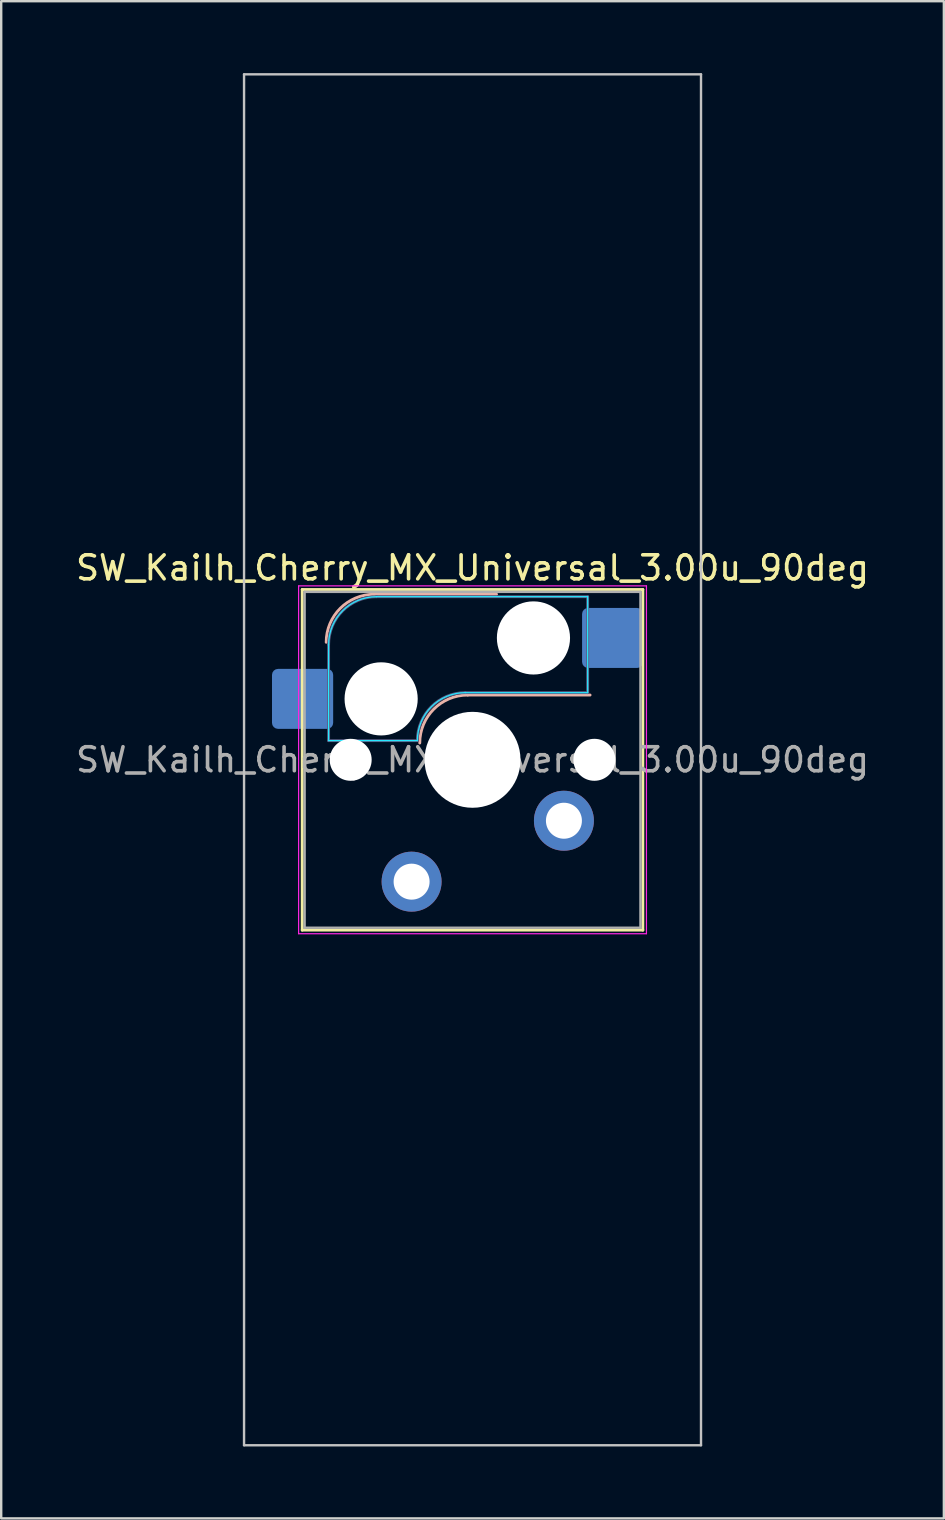
<source format=kicad_pcb>
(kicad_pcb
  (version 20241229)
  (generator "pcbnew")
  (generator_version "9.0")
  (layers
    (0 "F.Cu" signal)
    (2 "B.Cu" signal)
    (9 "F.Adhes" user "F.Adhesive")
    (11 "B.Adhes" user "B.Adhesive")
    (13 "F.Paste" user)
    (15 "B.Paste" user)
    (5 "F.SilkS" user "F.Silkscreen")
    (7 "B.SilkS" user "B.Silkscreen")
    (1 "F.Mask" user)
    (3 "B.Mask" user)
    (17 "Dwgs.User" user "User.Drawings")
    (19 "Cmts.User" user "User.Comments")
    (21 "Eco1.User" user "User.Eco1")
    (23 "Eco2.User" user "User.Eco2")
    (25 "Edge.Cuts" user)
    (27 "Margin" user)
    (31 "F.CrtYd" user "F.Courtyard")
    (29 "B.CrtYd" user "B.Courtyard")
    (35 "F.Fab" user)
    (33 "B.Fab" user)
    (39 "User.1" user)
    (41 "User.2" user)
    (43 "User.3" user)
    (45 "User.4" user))
  (footprint "SW_Kailh_Cherry_MX_Universal_3.00u_90deg"
    (layer "F.Cu")
    (at 16.649 28.625)
    (property "Reference" "SW_Kailh_Cherry_MX_Universal_3.00u_90deg" (at 0 -8 0) (layer "F.SilkS") (effects (font (size 1 1) (thickness 0.15))))
    (attr through_hole)
    (fp_line (start -7.1 -7.1) (end -7.1 7.1) (stroke (width 0.12) (type solid)) (layer "F.SilkS"))
    (fp_line (start -7.1 7.1) (end 7.1 7.1) (stroke (width 0.12) (type solid)) (layer "F.SilkS"))
    (fp_line (start 7.1 -7.1) (end -7.1 -7.1) (stroke (width 0.12) (type solid)) (layer "F.SilkS"))
    (fp_line (start 7.1 7.1) (end 7.1 -7.1) (stroke (width 0.12) (type solid)) (layer "F.SilkS"))
    (fp_line (start -4.1 -6.9) (end 1 -6.9) (stroke (width 0.12) (type solid)) (layer "B.SilkS"))
    (fp_line (start -0.2 -2.7) (end 4.9 -2.7) (stroke (width 0.12) (type solid)) (layer "B.SilkS"))
    (fp_arc (start -6.1 -4.9) (mid -5.514214 -6.314214) (end -4.1 -6.9) (stroke (width 0.12) (type solid)) (layer "B.SilkS"))
    (fp_arc (start -2.2 -0.7) (mid -1.614214 -2.114214) (end -0.2 -2.7) (stroke (width 0.12) (type solid)) (layer "B.SilkS"))
    (fp_line (start -9.525 -28.575) (end 9.525 -28.575) (stroke (width 0.1) (type solid)) (layer "Dwgs.User"))
    (fp_line (start -9.525 28.575) (end -9.525 -28.575) (stroke (width 0.1) (type solid)) (layer "Dwgs.User"))
    (fp_line (start 9.525 -28.575) (end 9.525 28.575) (stroke (width 0.1) (type solid)) (layer "Dwgs.User"))
    (fp_line (start 9.525 28.575) (end -9.525 28.575) (stroke (width 0.1) (type solid)) (layer "Dwgs.User"))
    (fp_line (start -7.8 -6) (end -7 -6) (stroke (width 0.1) (type solid)) (layer "Eco1.User"))
    (fp_line (start -7.8 -2.9) (end -7.8 -6) (stroke (width 0.1) (type solid)) (layer "Eco1.User"))
    (fp_line (start -7.8 2.9) (end -7 2.9) (stroke (width 0.1) (type solid)) (layer "Eco1.User"))
    (fp_line (start -7.8 6) (end -7.8 2.9) (stroke (width 0.1) (type solid)) (layer "Eco1.User"))
    (fp_line (start -7 -7) (end 7 -7) (stroke (width 0.1) (type solid)) (layer "Eco1.User"))
    (fp_line (start -7 -6) (end -7 -7) (stroke (width 0.1) (type solid)) (layer "Eco1.User"))
    (fp_line (start -7 -2.9) (end -7.8 -2.9) (stroke (width 0.1) (type solid)) (layer "Eco1.User"))
    (fp_line (start -7 2.9) (end -7 -2.9) (stroke (width 0.1) (type solid)) (layer "Eco1.User"))
    (fp_line (start -7 6) (end -7.8 6) (stroke (width 0.1) (type solid)) (layer "Eco1.User"))
    (fp_line (start -7 7) (end -7 6) (stroke (width 0.1) (type solid)) (layer "Eco1.User"))
    (fp_line (start 7 -7) (end 7 -6) (stroke (width 0.1) (type solid)) (layer "Eco1.User"))
    (fp_line (start 7 -6) (end 7.8 -6) (stroke (width 0.1) (type solid)) (layer "Eco1.User"))
    (fp_line (start 7 -2.9) (end 7 2.9) (stroke (width 0.1) (type solid)) (layer "Eco1.User"))
    (fp_line (start 7 2.9) (end 7.8 2.9) (stroke (width 0.1) (type solid)) (layer "Eco1.User"))
    (fp_line (start 7 6) (end 7 7) (stroke (width 0.1) (type solid)) (layer "Eco1.User"))
    (fp_line (start 7 7) (end -7 7) (stroke (width 0.1) (type solid)) (layer "Eco1.User"))
    (fp_line (start 7.8 -6) (end 7.8 -2.9) (stroke (width 0.1) (type solid)) (layer "Eco1.User"))
    (fp_line (start 7.8 -2.9) (end 7 -2.9) (stroke (width 0.1) (type solid)) (layer "Eco1.User"))
    (fp_line (start 7.8 2.9) (end 7.8 6) (stroke (width 0.1) (type solid)) (layer "Eco1.User"))
    (fp_line (start 7.8 6) (end 7 6) (stroke (width 0.1) (type solid)) (layer "Eco1.User"))
    (fp_line (start -6 -0.8) (end -6 -4.8) (stroke (width 0.05) (type solid)) (layer "B.CrtYd"))
    (fp_line (start -6 -0.8) (end -2.3 -0.8) (stroke (width 0.05) (type solid)) (layer "B.CrtYd"))
    (fp_line (start -4 -6.8) (end 4.8 -6.8) (stroke (width 0.05) (type solid)) (layer "B.CrtYd"))
    (fp_line (start -0.3 -2.8) (end 4.8 -2.8) (stroke (width 0.05) (type solid)) (layer "B.CrtYd"))
    (fp_line (start 4.8 -6.8) (end 4.8 -2.8) (stroke (width 0.05) (type solid)) (layer "B.CrtYd"))
    (fp_arc (start -6 -4.8) (mid -5.414214 -6.214214) (end -4 -6.8) (stroke (width 0.05) (type solid)) (layer "B.CrtYd"))
    (fp_arc (start -2.3 -0.8) (mid -1.714214 -2.214214) (end -0.3 -2.8) (stroke (width 0.05) (type solid)) (layer "B.CrtYd"))
    (fp_line (start -7.25 -7.25) (end -7.25 7.25) (stroke (width 0.05) (type solid)) (layer "F.CrtYd"))
    (fp_line (start -7.25 7.25) (end 7.25 7.25) (stroke (width 0.05) (type solid)) (layer "F.CrtYd"))
    (fp_line (start 7.25 -7.25) (end -7.25 -7.25) (stroke (width 0.05) (type solid)) (layer "F.CrtYd"))
    (fp_line (start 7.25 7.25) (end 7.25 -7.25) (stroke (width 0.05) (type solid)) (layer "F.CrtYd"))
    (fp_line (start -6 -0.8) (end -6 -4.8) (stroke (width 0.12) (type solid)) (layer "B.Fab"))
    (fp_line (start -6 -0.8) (end -2.3 -0.8) (stroke (width 0.12) (type solid)) (layer "B.Fab"))
    (fp_line (start -4 -6.8) (end 4.8 -6.8) (stroke (width 0.12) (type solid)) (layer "B.Fab"))
    (fp_line (start -0.3 -2.8) (end 4.8 -2.8) (stroke (width 0.12) (type solid)) (layer "B.Fab"))
    (fp_line (start 4.8 -6.8) (end 4.8 -2.8) (stroke (width 0.12) (type solid)) (layer "B.Fab"))
    (fp_arc (start -6 -4.8) (mid -5.414214 -6.214214) (end -4 -6.8) (stroke (width 0.12) (type solid)) (layer "B.Fab"))
    (fp_arc (start -2.3 -0.8) (mid -1.714214 -2.214214) (end -0.3 -2.8) (stroke (width 0.12) (type solid)) (layer "B.Fab"))
    (fp_line (start -7 -7) (end -7 7) (stroke (width 0.1) (type solid)) (layer "F.Fab"))
    (fp_line (start -7 7) (end 7 7) (stroke (width 0.1) (type solid)) (layer "F.Fab"))
    (fp_line (start 7 -7) (end -7 -7) (stroke (width 0.1) (type solid)) (layer "F.Fab"))
    (fp_line (start 7 7) (end 7 -7) (stroke (width 0.1) (type solid)) (layer "F.Fab"))
    (fp_text user "${REFERENCE}" (at 0 0 0) (layer "F.Fab") (effects (font (size 1 1) (thickness 0.15))))
    (pad "" np_thru_hole circle (at -5.08 0) (size 1.75 1.75) (drill 1.75) (layers "*.Cu" "*.Mask"))
    (pad "" np_thru_hole circle (at -3.81 -2.54) (size 3.05 3.05) (drill 3.05) (layers "*.Cu" "*.Mask"))
    (pad "" np_thru_hole circle (at 0 0) (size 4 4) (drill 4) (layers "*.Cu" "*.Mask"))
    (pad "" np_thru_hole circle (at 2.54 -5.08) (size 3.05 3.05) (drill 3.05) (layers "*.Cu" "*.Mask"))
    (pad "" np_thru_hole circle (at 5.08 0) (size 1.75 1.75) (drill 1.75) (layers "*.Cu" "*.Mask"))
    (pad "1" smd roundrect (at -7.085 -2.54) (size 2.55 2.5) (layers "B.Cu" "B.Mask" "B.Paste") (roundrect_rratio 0.1))
    (pad "1" thru_hole circle (at -2.54 5.08) (size 2.5 2.5) (drill 1.5) (layers "*.Cu" "*.Mask"))
    (pad "2" thru_hole circle (at 3.81 2.54) (size 2.5 2.5) (drill 1.5) (layers "*.Cu" "*.Mask"))
    (pad "2" smd roundrect (at 5.842 -5.08) (size 2.55 2.5) (layers "B.Cu" "B.Mask" "B.Paste") (roundrect_rratio 0.1)))
  (gr_rect
    (start -3 -3)
    (end 36.298 60.25)
    (stroke (width 0.1) (type default))
    (fill no)
    (layer "Edge.Cuts")))
</source>
